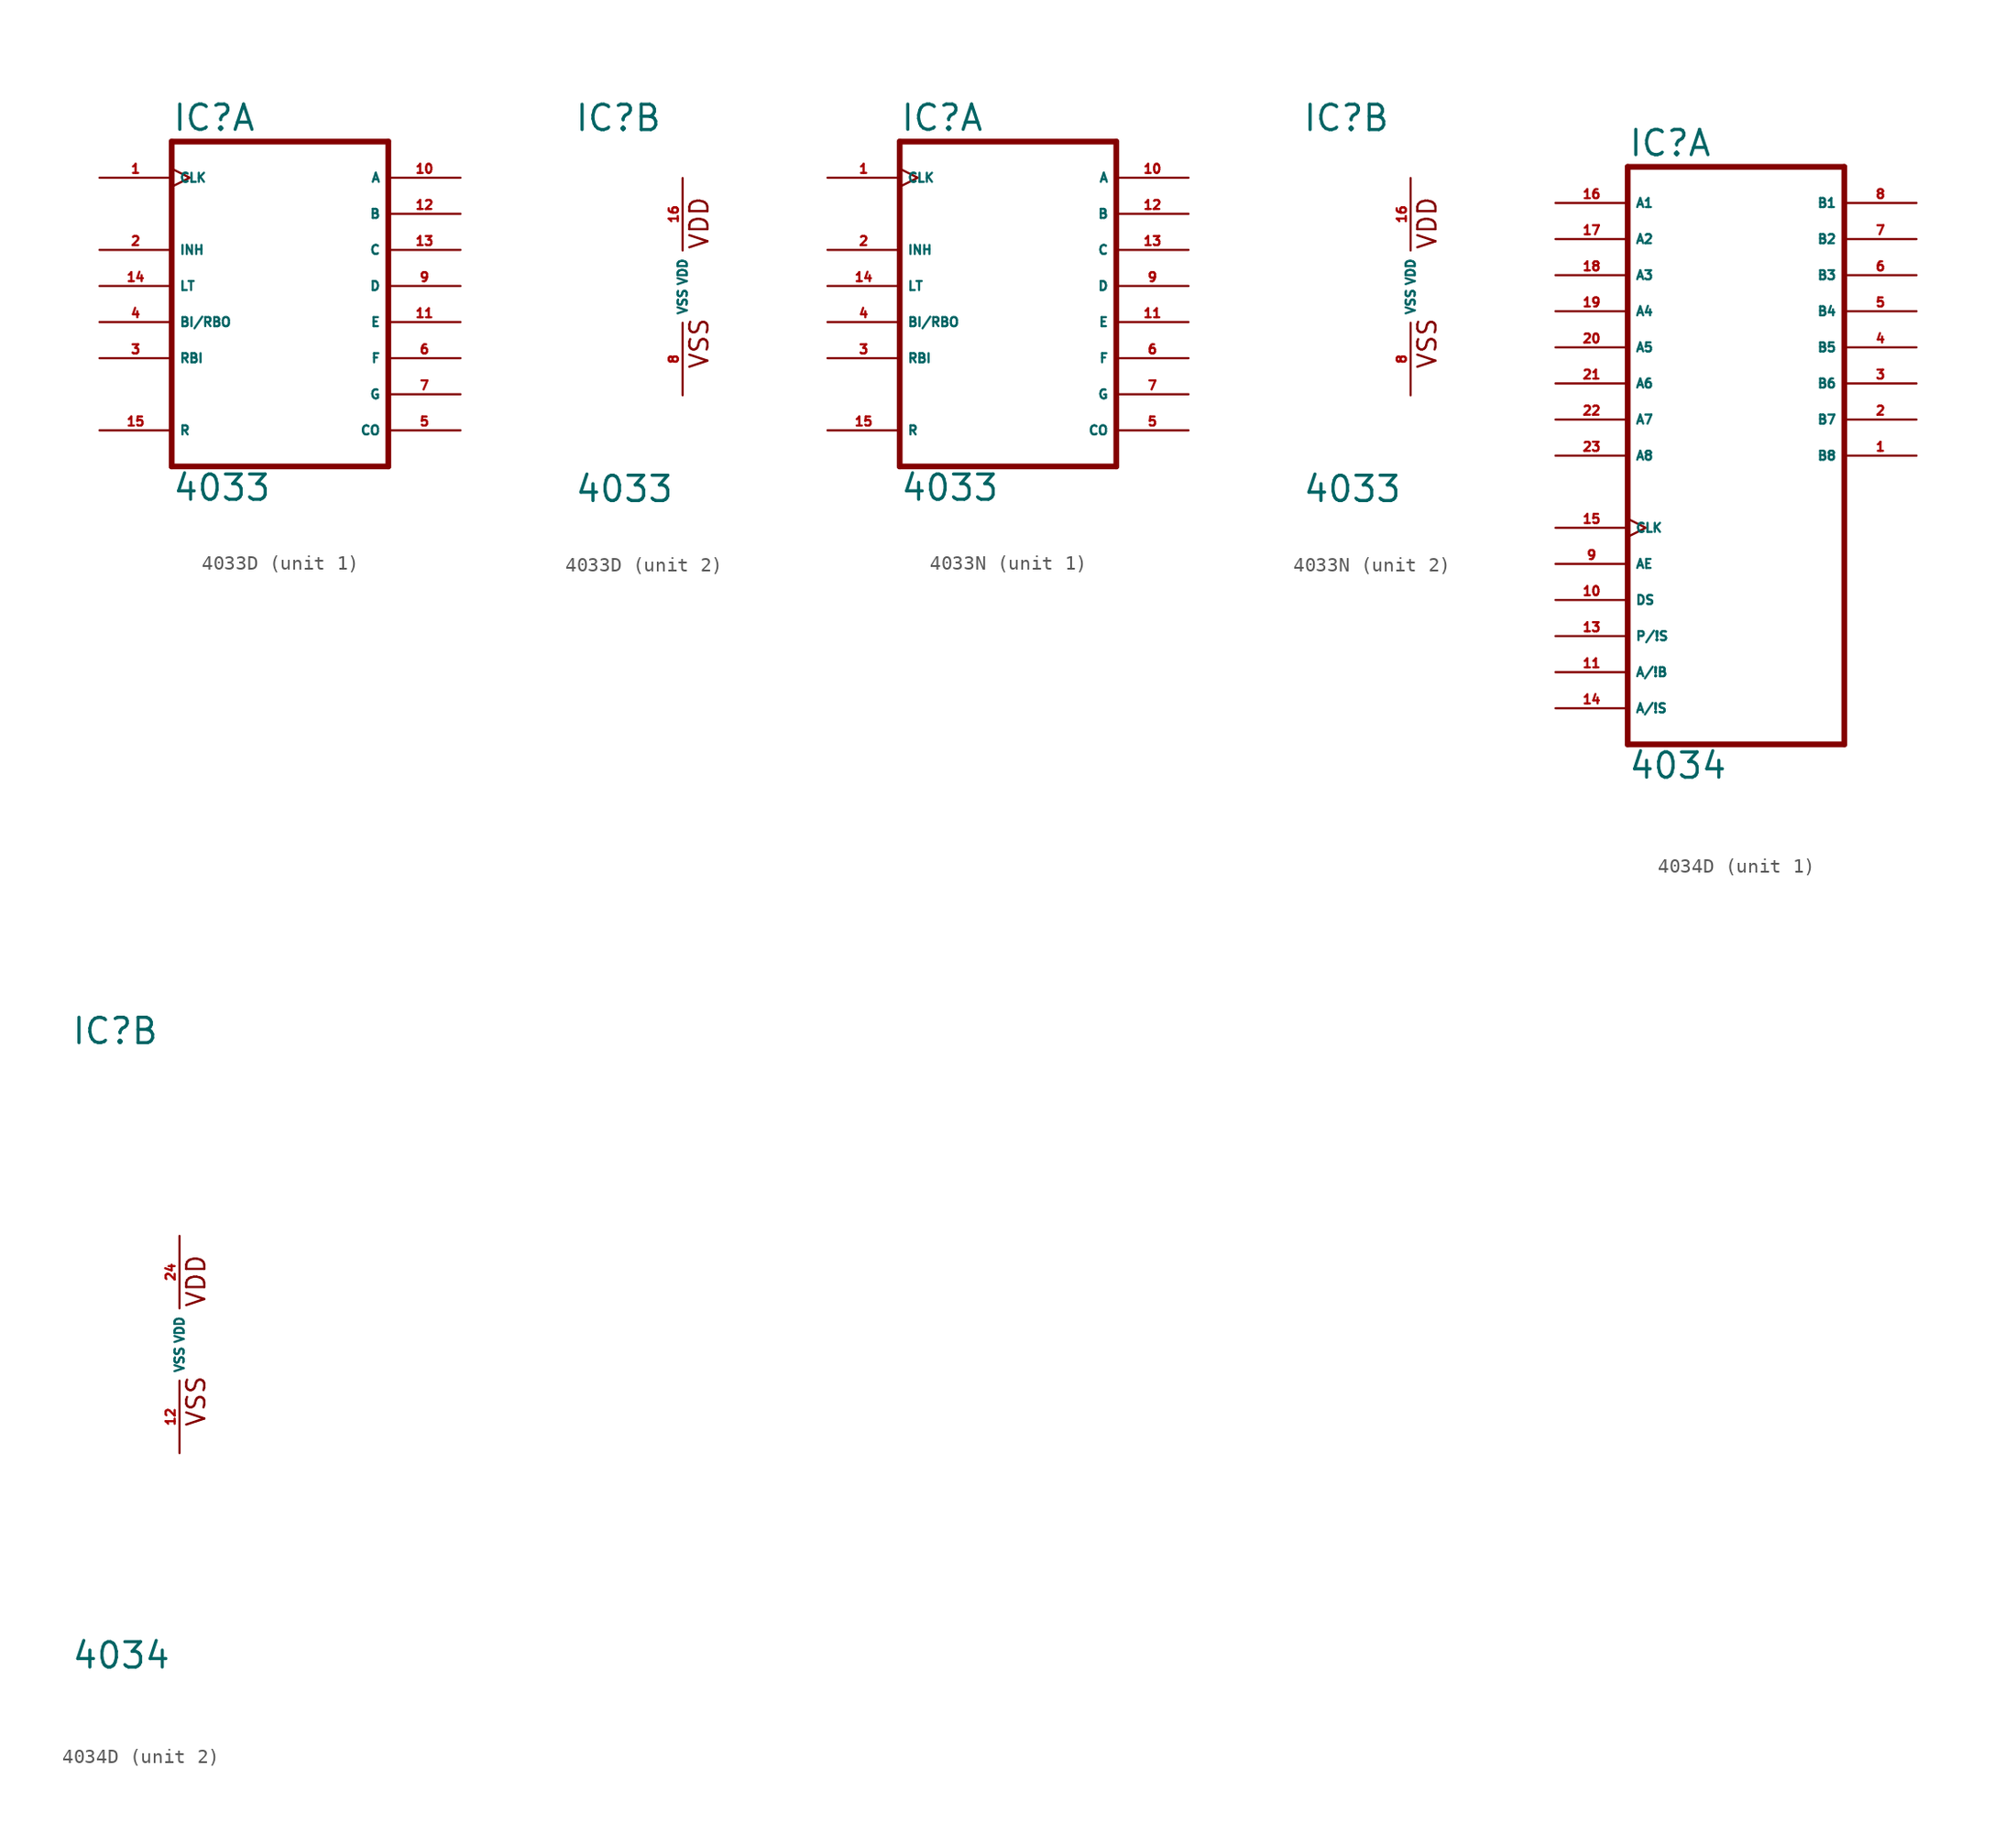
<source format=kicad_sym>
(kicad_symbol_lib
  (version 20220914)
  (generator Eagle2Kicad)
  (symbol "4033D"
    (property "Reference" "IC"
      (at -7.62 10.795 0)
      (effects (font (size 1.778 1.778) (thickness 0.22)) (justify left bottom)))
    (property "Value" "4033"
      (at -7.62 -15.24 0)
      (effects (font (size 1.778 1.778) (thickness 0.22)) (justify left bottom)))
    (symbol "4033D_1_0"
      (polyline (pts (xy -7.62 -12.7) (xy 7.62 -12.7)) (stroke (width 0.406) (type default)) (fill (type none)))
      (polyline (pts (xy 7.62 -12.7) (xy 7.62 10.16)) (stroke (width 0.406) (type default)) (fill (type none)))
      (polyline (pts (xy 7.62 10.16) (xy -7.62 10.16)) (stroke (width 0.406) (type default)) (fill (type none)))
      (polyline (pts (xy -7.62 10.16) (xy -7.62 -12.7)) (stroke (width 0.406) (type default)) (fill (type none)))
      (pin input clock (at -12.7 7.62 0) (length 5.08) (name "CLK" (effects (font (size 0.635 0.635) (thickness 0.08)) (justify left bottom))) (number "1" (effects (font (size 0.635 0.635) (thickness 0.08)) (justify left bottom))))
      (pin input line (at -12.7 2.54 0) (length 5.08) (name "INH" (effects (font (size 0.635 0.635) (thickness 0.08)) (justify left bottom))) (number "2" (effects (font (size 0.635 0.635) (thickness 0.08)) (justify left bottom))))
      (pin input line (at -12.7 -5.08 0) (length 5.08) (name "RBI" (effects (font (size 0.635 0.635) (thickness 0.08)) (justify left bottom))) (number "3" (effects (font (size 0.635 0.635) (thickness 0.08)) (justify left bottom))))
      (pin input line (at -12.7 -2.54 0) (length 5.08) (name "BI/RBO" (effects (font (size 0.635 0.635) (thickness 0.08)) (justify left bottom))) (number "4" (effects (font (size 0.635 0.635) (thickness 0.08)) (justify left bottom))))
      (pin output line (at 12.7 -10.16 180) (length 5.08) (name "CO" (effects (font (size 0.635 0.635) (thickness 0.08)) (justify left bottom))) (number "5" (effects (font (size 0.635 0.635) (thickness 0.08)) (justify left bottom))))
      (pin output line (at 12.7 -5.08 180) (length 5.08) (name "F" (effects (font (size 0.635 0.635) (thickness 0.08)) (justify left bottom))) (number "6" (effects (font (size 0.635 0.635) (thickness 0.08)) (justify left bottom))))
      (pin output line (at 12.7 -7.62 180) (length 5.08) (name "G" (effects (font (size 0.635 0.635) (thickness 0.08)) (justify left bottom))) (number "7" (effects (font (size 0.635 0.635) (thickness 0.08)) (justify left bottom))))
      (pin output line (at 12.7 0 180) (length 5.08) (name "D" (effects (font (size 0.635 0.635) (thickness 0.08)) (justify left bottom))) (number "9" (effects (font (size 0.635 0.635) (thickness 0.08)) (justify left bottom))))
      (pin output line (at 12.7 7.62 180) (length 5.08) (name "A" (effects (font (size 0.635 0.635) (thickness 0.08)) (justify left bottom))) (number "10" (effects (font (size 0.635 0.635) (thickness 0.08)) (justify left bottom))))
      (pin output line (at 12.7 -2.54 180) (length 5.08) (name "E" (effects (font (size 0.635 0.635) (thickness 0.08)) (justify left bottom))) (number "11" (effects (font (size 0.635 0.635) (thickness 0.08)) (justify left bottom))))
      (pin output line (at 12.7 5.08 180) (length 5.08) (name "B" (effects (font (size 0.635 0.635) (thickness 0.08)) (justify left bottom))) (number "12" (effects (font (size 0.635 0.635) (thickness 0.08)) (justify left bottom))))
      (pin output line (at 12.7 2.54 180) (length 5.08) (name "C" (effects (font (size 0.635 0.635) (thickness 0.08)) (justify left bottom))) (number "13" (effects (font (size 0.635 0.635) (thickness 0.08)) (justify left bottom))))
      (pin input line (at -12.7 0 0) (length 5.08) (name "LT" (effects (font (size 0.635 0.635) (thickness 0.08)) (justify left bottom))) (number "14" (effects (font (size 0.635 0.635) (thickness 0.08)) (justify left bottom))))
      (pin input line (at -12.7 -10.16 0) (length 5.08) (name "R" (effects (font (size 0.635 0.635) (thickness 0.08)) (justify left bottom))) (number "15" (effects (font (size 0.635 0.635) (thickness 0.08)) (justify left bottom)))))
    (symbol "4033D_2_0"
      (text "VDD" (at 1.905 2.54 900) (effects (font (size 1.27 1.27) (thickness 0.16)) (justify left bottom)))
      (text "VSS" (at 1.905 -5.842 900) (effects (font (size 1.27 1.27) (thickness 0.16)) (justify left bottom)))
      (pin unspecified line (at 0 -7.62 90) (length 5.08) (name "VSS" (effects (font (size 0.635 0.635) (thickness 0.08)) (justify left bottom))) (number "8" (effects (font (size 0.635 0.635) (thickness 0.08)) (justify left bottom))))
      (pin unspecified line (at 0 7.62 270) (length 5.08) (name "VDD" (effects (font (size 0.635 0.635) (thickness 0.08)) (justify left bottom))) (number "16" (effects (font (size 0.635 0.635) (thickness 0.08)) (justify left bottom))))))
  (symbol "4033N"
    (property "Reference" "IC"
      (at -7.62 10.795 0)
      (effects (font (size 1.778 1.778) (thickness 0.22)) (justify left bottom)))
    (property "Value" "4033"
      (at -7.62 -15.24 0)
      (effects (font (size 1.778 1.778) (thickness 0.22)) (justify left bottom)))
    (symbol "4033N_1_0"
      (polyline (pts (xy -7.62 -12.7) (xy 7.62 -12.7)) (stroke (width 0.406) (type default)) (fill (type none)))
      (polyline (pts (xy 7.62 -12.7) (xy 7.62 10.16)) (stroke (width 0.406) (type default)) (fill (type none)))
      (polyline (pts (xy 7.62 10.16) (xy -7.62 10.16)) (stroke (width 0.406) (type default)) (fill (type none)))
      (polyline (pts (xy -7.62 10.16) (xy -7.62 -12.7)) (stroke (width 0.406) (type default)) (fill (type none)))
      (pin input clock (at -12.7 7.62 0) (length 5.08) (name "CLK" (effects (font (size 0.635 0.635) (thickness 0.08)) (justify left bottom))) (number "1" (effects (font (size 0.635 0.635) (thickness 0.08)) (justify left bottom))))
      (pin input line (at -12.7 2.54 0) (length 5.08) (name "INH" (effects (font (size 0.635 0.635) (thickness 0.08)) (justify left bottom))) (number "2" (effects (font (size 0.635 0.635) (thickness 0.08)) (justify left bottom))))
      (pin input line (at -12.7 -5.08 0) (length 5.08) (name "RBI" (effects (font (size 0.635 0.635) (thickness 0.08)) (justify left bottom))) (number "3" (effects (font (size 0.635 0.635) (thickness 0.08)) (justify left bottom))))
      (pin input line (at -12.7 -2.54 0) (length 5.08) (name "BI/RBO" (effects (font (size 0.635 0.635) (thickness 0.08)) (justify left bottom))) (number "4" (effects (font (size 0.635 0.635) (thickness 0.08)) (justify left bottom))))
      (pin output line (at 12.7 -10.16 180) (length 5.08) (name "CO" (effects (font (size 0.635 0.635) (thickness 0.08)) (justify left bottom))) (number "5" (effects (font (size 0.635 0.635) (thickness 0.08)) (justify left bottom))))
      (pin output line (at 12.7 -5.08 180) (length 5.08) (name "F" (effects (font (size 0.635 0.635) (thickness 0.08)) (justify left bottom))) (number "6" (effects (font (size 0.635 0.635) (thickness 0.08)) (justify left bottom))))
      (pin output line (at 12.7 -7.62 180) (length 5.08) (name "G" (effects (font (size 0.635 0.635) (thickness 0.08)) (justify left bottom))) (number "7" (effects (font (size 0.635 0.635) (thickness 0.08)) (justify left bottom))))
      (pin output line (at 12.7 0 180) (length 5.08) (name "D" (effects (font (size 0.635 0.635) (thickness 0.08)) (justify left bottom))) (number "9" (effects (font (size 0.635 0.635) (thickness 0.08)) (justify left bottom))))
      (pin output line (at 12.7 7.62 180) (length 5.08) (name "A" (effects (font (size 0.635 0.635) (thickness 0.08)) (justify left bottom))) (number "10" (effects (font (size 0.635 0.635) (thickness 0.08)) (justify left bottom))))
      (pin output line (at 12.7 -2.54 180) (length 5.08) (name "E" (effects (font (size 0.635 0.635) (thickness 0.08)) (justify left bottom))) (number "11" (effects (font (size 0.635 0.635) (thickness 0.08)) (justify left bottom))))
      (pin output line (at 12.7 5.08 180) (length 5.08) (name "B" (effects (font (size 0.635 0.635) (thickness 0.08)) (justify left bottom))) (number "12" (effects (font (size 0.635 0.635) (thickness 0.08)) (justify left bottom))))
      (pin output line (at 12.7 2.54 180) (length 5.08) (name "C" (effects (font (size 0.635 0.635) (thickness 0.08)) (justify left bottom))) (number "13" (effects (font (size 0.635 0.635) (thickness 0.08)) (justify left bottom))))
      (pin input line (at -12.7 0 0) (length 5.08) (name "LT" (effects (font (size 0.635 0.635) (thickness 0.08)) (justify left bottom))) (number "14" (effects (font (size 0.635 0.635) (thickness 0.08)) (justify left bottom))))
      (pin input line (at -12.7 -10.16 0) (length 5.08) (name "R" (effects (font (size 0.635 0.635) (thickness 0.08)) (justify left bottom))) (number "15" (effects (font (size 0.635 0.635) (thickness 0.08)) (justify left bottom)))))
    (symbol "4033N_2_0"
      (text "VDD" (at 1.905 2.54 900) (effects (font (size 1.27 1.27) (thickness 0.16)) (justify left bottom)))
      (text "VSS" (at 1.905 -5.842 900) (effects (font (size 1.27 1.27) (thickness 0.16)) (justify left bottom)))
      (pin unspecified line (at 0 -7.62 90) (length 5.08) (name "VSS" (effects (font (size 0.635 0.635) (thickness 0.08)) (justify left bottom))) (number "8" (effects (font (size 0.635 0.635) (thickness 0.08)) (justify left bottom))))
      (pin unspecified line (at 0 7.62 270) (length 5.08) (name "VDD" (effects (font (size 0.635 0.635) (thickness 0.08)) (justify left bottom))) (number "16" (effects (font (size 0.635 0.635) (thickness 0.08)) (justify left bottom))))))
  (symbol "4034D"
    (property "Reference" "IC"
      (at -7.62 20.955 0)
      (effects (font (size 1.778 1.778) (thickness 0.22)) (justify left bottom)))
    (property "Value" "4034"
      (at -7.62 -22.86 0)
      (effects (font (size 1.778 1.778) (thickness 0.22)) (justify left bottom)))
    (symbol "4034D_1_0"
      (polyline (pts (xy -7.62 -20.32) (xy 7.62 -20.32)) (stroke (width 0.406) (type default)) (fill (type none)))
      (polyline (pts (xy 7.62 -20.32) (xy 7.62 20.32)) (stroke (width 0.406) (type default)) (fill (type none)))
      (polyline (pts (xy 7.62 20.32) (xy -7.62 20.32)) (stroke (width 0.406) (type default)) (fill (type none)))
      (polyline (pts (xy -7.62 20.32) (xy -7.62 -20.32)) (stroke (width 0.406) (type default)) (fill (type none)))
      (pin bidirectional line (at 12.7 0 180) (length 5.08) (name "B8" (effects (font (size 0.635 0.635) (thickness 0.08)) (justify left bottom))) (number "1" (effects (font (size 0.635 0.635) (thickness 0.08)) (justify left bottom))))
      (pin bidirectional line (at 12.7 2.54 180) (length 5.08) (name "B7" (effects (font (size 0.635 0.635) (thickness 0.08)) (justify left bottom))) (number "2" (effects (font (size 0.635 0.635) (thickness 0.08)) (justify left bottom))))
      (pin bidirectional line (at 12.7 5.08 180) (length 5.08) (name "B6" (effects (font (size 0.635 0.635) (thickness 0.08)) (justify left bottom))) (number "3" (effects (font (size 0.635 0.635) (thickness 0.08)) (justify left bottom))))
      (pin bidirectional line (at 12.7 7.62 180) (length 5.08) (name "B5" (effects (font (size 0.635 0.635) (thickness 0.08)) (justify left bottom))) (number "4" (effects (font (size 0.635 0.635) (thickness 0.08)) (justify left bottom))))
      (pin bidirectional line (at 12.7 10.16 180) (length 5.08) (name "B4" (effects (font (size 0.635 0.635) (thickness 0.08)) (justify left bottom))) (number "5" (effects (font (size 0.635 0.635) (thickness 0.08)) (justify left bottom))))
      (pin bidirectional line (at 12.7 12.7 180) (length 5.08) (name "B3" (effects (font (size 0.635 0.635) (thickness 0.08)) (justify left bottom))) (number "6" (effects (font (size 0.635 0.635) (thickness 0.08)) (justify left bottom))))
      (pin bidirectional line (at 12.7 15.24 180) (length 5.08) (name "B2" (effects (font (size 0.635 0.635) (thickness 0.08)) (justify left bottom))) (number "7" (effects (font (size 0.635 0.635) (thickness 0.08)) (justify left bottom))))
      (pin bidirectional line (at 12.7 17.78 180) (length 5.08) (name "B1" (effects (font (size 0.635 0.635) (thickness 0.08)) (justify left bottom))) (number "8" (effects (font (size 0.635 0.635) (thickness 0.08)) (justify left bottom))))
      (pin input line (at -12.7 -7.62 0) (length 5.08) (name "AE" (effects (font (size 0.635 0.635) (thickness 0.08)) (justify left bottom))) (number "9" (effects (font (size 0.635 0.635) (thickness 0.08)) (justify left bottom))))
      (pin input line (at -12.7 -10.16 0) (length 5.08) (name "DS" (effects (font (size 0.635 0.635) (thickness 0.08)) (justify left bottom))) (number "10" (effects (font (size 0.635 0.635) (thickness 0.08)) (justify left bottom))))
      (pin input line (at -12.7 -15.24 0) (length 5.08) (name "A/!B" (effects (font (size 0.635 0.635) (thickness 0.08)) (justify left bottom))) (number "11" (effects (font (size 0.635 0.635) (thickness 0.08)) (justify left bottom))))
      (pin input line (at -12.7 -12.7 0) (length 5.08) (name "P/!S" (effects (font (size 0.635 0.635) (thickness 0.08)) (justify left bottom))) (number "13" (effects (font (size 0.635 0.635) (thickness 0.08)) (justify left bottom))))
      (pin input line (at -12.7 -17.78 0) (length 5.08) (name "A/!S" (effects (font (size 0.635 0.635) (thickness 0.08)) (justify left bottom))) (number "14" (effects (font (size 0.635 0.635) (thickness 0.08)) (justify left bottom))))
      (pin input clock (at -12.7 -5.08 0) (length 5.08) (name "CLK" (effects (font (size 0.635 0.635) (thickness 0.08)) (justify left bottom))) (number "15" (effects (font (size 0.635 0.635) (thickness 0.08)) (justify left bottom))))
      (pin bidirectional line (at -12.7 17.78 0) (length 5.08) (name "A1" (effects (font (size 0.635 0.635) (thickness 0.08)) (justify left bottom))) (number "16" (effects (font (size 0.635 0.635) (thickness 0.08)) (justify left bottom))))
      (pin bidirectional line (at -12.7 15.24 0) (length 5.08) (name "A2" (effects (font (size 0.635 0.635) (thickness 0.08)) (justify left bottom))) (number "17" (effects (font (size 0.635 0.635) (thickness 0.08)) (justify left bottom))))
      (pin bidirectional line (at -12.7 12.7 0) (length 5.08) (name "A3" (effects (font (size 0.635 0.635) (thickness 0.08)) (justify left bottom))) (number "18" (effects (font (size 0.635 0.635) (thickness 0.08)) (justify left bottom))))
      (pin bidirectional line (at -12.7 10.16 0) (length 5.08) (name "A4" (effects (font (size 0.635 0.635) (thickness 0.08)) (justify left bottom))) (number "19" (effects (font (size 0.635 0.635) (thickness 0.08)) (justify left bottom))))
      (pin bidirectional line (at -12.7 7.62 0) (length 5.08) (name "A5" (effects (font (size 0.635 0.635) (thickness 0.08)) (justify left bottom))) (number "20" (effects (font (size 0.635 0.635) (thickness 0.08)) (justify left bottom))))
      (pin bidirectional line (at -12.7 5.08 0) (length 5.08) (name "A6" (effects (font (size 0.635 0.635) (thickness 0.08)) (justify left bottom))) (number "21" (effects (font (size 0.635 0.635) (thickness 0.08)) (justify left bottom))))
      (pin bidirectional line (at -12.7 2.54 0) (length 5.08) (name "A7" (effects (font (size 0.635 0.635) (thickness 0.08)) (justify left bottom))) (number "22" (effects (font (size 0.635 0.635) (thickness 0.08)) (justify left bottom))))
      (pin bidirectional line (at -12.7 0 0) (length 5.08) (name "A8" (effects (font (size 0.635 0.635) (thickness 0.08)) (justify left bottom))) (number "23" (effects (font (size 0.635 0.635) (thickness 0.08)) (justify left bottom)))))
    (symbol "4034D_2_0"
      (text "VDD" (at 1.905 2.54 900) (effects (font (size 1.27 1.27) (thickness 0.16)) (justify left bottom)))
      (text "VSS" (at 1.905 -5.842 900) (effects (font (size 1.27 1.27) (thickness 0.16)) (justify left bottom)))
      (pin unspecified line (at 0 -7.62 90) (length 5.08) (name "VSS" (effects (font (size 0.635 0.635) (thickness 0.08)) (justify left bottom))) (number "12" (effects (font (size 0.635 0.635) (thickness 0.08)) (justify left bottom))))
      (pin unspecified line (at 0 7.62 270) (length 5.08) (name "VDD" (effects (font (size 0.635 0.635) (thickness 0.08)) (justify left bottom))) (number "24" (effects (font (size 0.635 0.635) (thickness 0.08)) (justify left bottom)))))))
</source>
